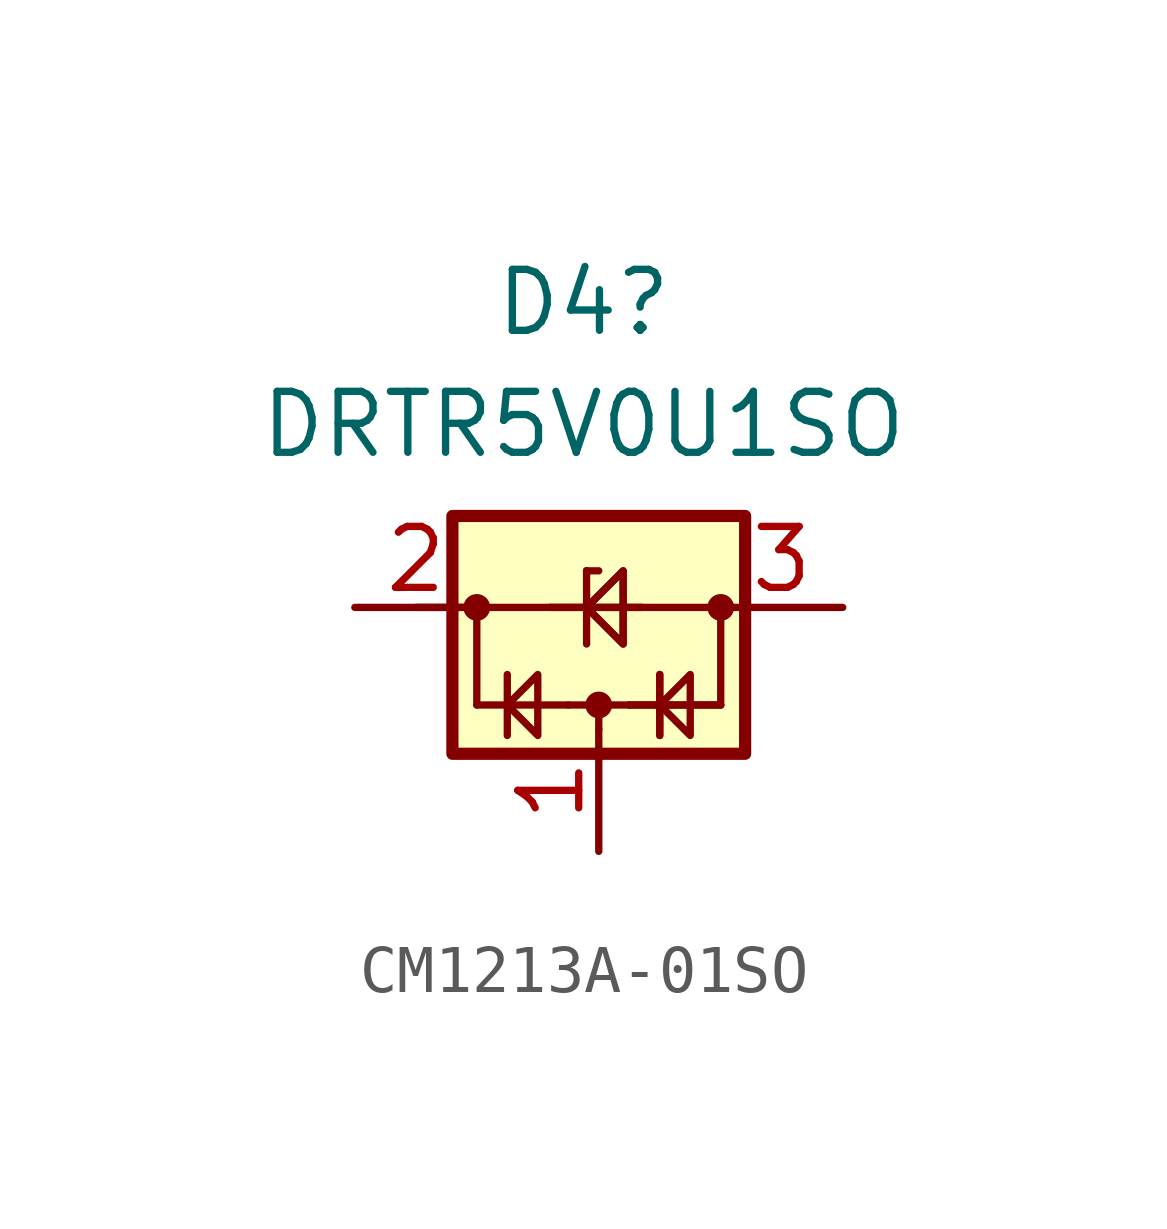
<source format=kicad_sym>
(kicad_symbol_lib
  (version 20231120)
  (generator "kicad_symbol_editor")
  (generator_version "8.0")
  (symbol "CM1213A-01SO"
    (pin_names hide)
    (property "Reference" "D4"
      (at -0.318 6.35 0)
      (effects (font (size 1.27 1.27))))
    (property "Value" "DRTR5V0U1SO"
      (at -0.318 3.81 0)
      (effects (font (size 1.27 1.27))))
    (symbol "CM1213A-01SO_0_1"
      (rectangle (start -3.048 -3.048) (end 3.048 1.905) (stroke (width 0.254) (type default)) (fill (type background)))
      (circle (center -2.54 0) (radius 0.203) (stroke (width 0) (type default)) (fill (type outline)))
      (circle (center 0 -2.032) (radius 0.203) (stroke (width 0) (type default)) (fill (type outline)))
      (polyline (pts (xy -2.54 -2.032) (xy -2.54 0)) (stroke (width 0) (type default)) (fill (type none)))
      (polyline (pts (xy -1.905 -2.667) (xy -1.905 -1.397)) (stroke (width 0) (type default)) (fill (type none)))
      (polyline (pts (xy -1.016 0) (xy -3.81 0)) (stroke (width 0) (type default)) (fill (type none)))
      (polyline (pts (xy -0.635 -2.032) (xy -2.54 -2.032)) (stroke (width 0) (type default)) (fill (type none)))
      (polyline (pts (xy -0.635 -2.032) (xy 0.635 -2.032)) (stroke (width 0) (type default)) (fill (type none)))
      (polyline (pts (xy -0.254 -0.762) (xy -0.254 0.762)) (stroke (width 0) (type default)) (fill (type none)))
      (polyline (pts (xy -0.254 0.762) (xy -0.254 0.762)) (stroke (width 0) (type default)) (fill (type none)))
      (polyline (pts (xy 0 -2.54) (xy 0 -2.032)) (stroke (width 0) (type default)) (fill (type none)))
      (polyline (pts (xy 0 0.762) (xy -0.254 0.762)) (stroke (width 0) (type default)) (fill (type none)))
      (polyline (pts (xy 0.889 0) (xy -1.016 0)) (stroke (width 0) (type default)) (fill (type none)))
      (polyline (pts (xy 0.889 0) (xy -1.016 0)) (stroke (width 0) (type default)) (fill (type none)))
      (polyline (pts (xy 0.889 0) (xy 2.54 0)) (stroke (width 0) (type default)) (fill (type none)))
      (polyline (pts (xy 1.27 -2.667) (xy 1.27 -1.397)) (stroke (width 0) (type default)) (fill (type none)))
      (polyline (pts (xy 1.27 -2.667) (xy 1.27 -1.397)) (stroke (width 0) (type default)) (fill (type none)))
      (polyline (pts (xy 2.54 -2.032) (xy 0.635 -2.032)) (stroke (width 0) (type default)) (fill (type none)))
      (polyline (pts (xy 2.54 -2.032) (xy 0.635 -2.032)) (stroke (width 0) (type default)) (fill (type none)))
      (polyline (pts (xy 2.54 -2.032) (xy 2.54 0)) (stroke (width 0) (type default)) (fill (type none)))
      (polyline (pts (xy -1.27 -2.667) (xy -1.27 -1.397) (xy -1.905 -2.032) (xy -1.27 -2.667)) (stroke (width 0) (type default)) (fill (type none)))
      (polyline (pts (xy 0.508 -0.762) (xy 0.508 0.762) (xy -0.254 0) (xy 0.508 -0.762)) (stroke (width 0) (type default)) (fill (type none)))
      (polyline (pts (xy 0.508 -0.762) (xy 0.508 0.762) (xy -0.254 0) (xy 0.508 -0.762)) (stroke (width 0) (type default)) (fill (type none)))
      (polyline (pts (xy 1.905 -2.667) (xy 1.905 -1.397) (xy 1.27 -2.032) (xy 1.905 -2.667)) (stroke (width 0) (type default)) (fill (type none)))
      (circle (center 2.54 0) (radius 0.203) (stroke (width 0) (type default)) (fill (type outline))))
    (symbol "CM1213A-01SO_1_1"
      (pin passive line (at 0 -5.08 90) (length 2.54) (name "CH1" (effects (font (size 1.27 1.27)))) (number "1" (effects (font (size 1.27 1.27)))))
      (pin passive line (at -5.08 0 0) (length 2.54) (name "VP" (effects (font (size 1.27 1.27)))) (number "2" (effects (font (size 1.27 1.27)))))
      (pin passive line (at 5.08 0 180) (length 2.54) (name "VN" (effects (font (size 1.27 1.27)))) (number "3" (effects (font (size 1.27 1.27))))))))
</source>
